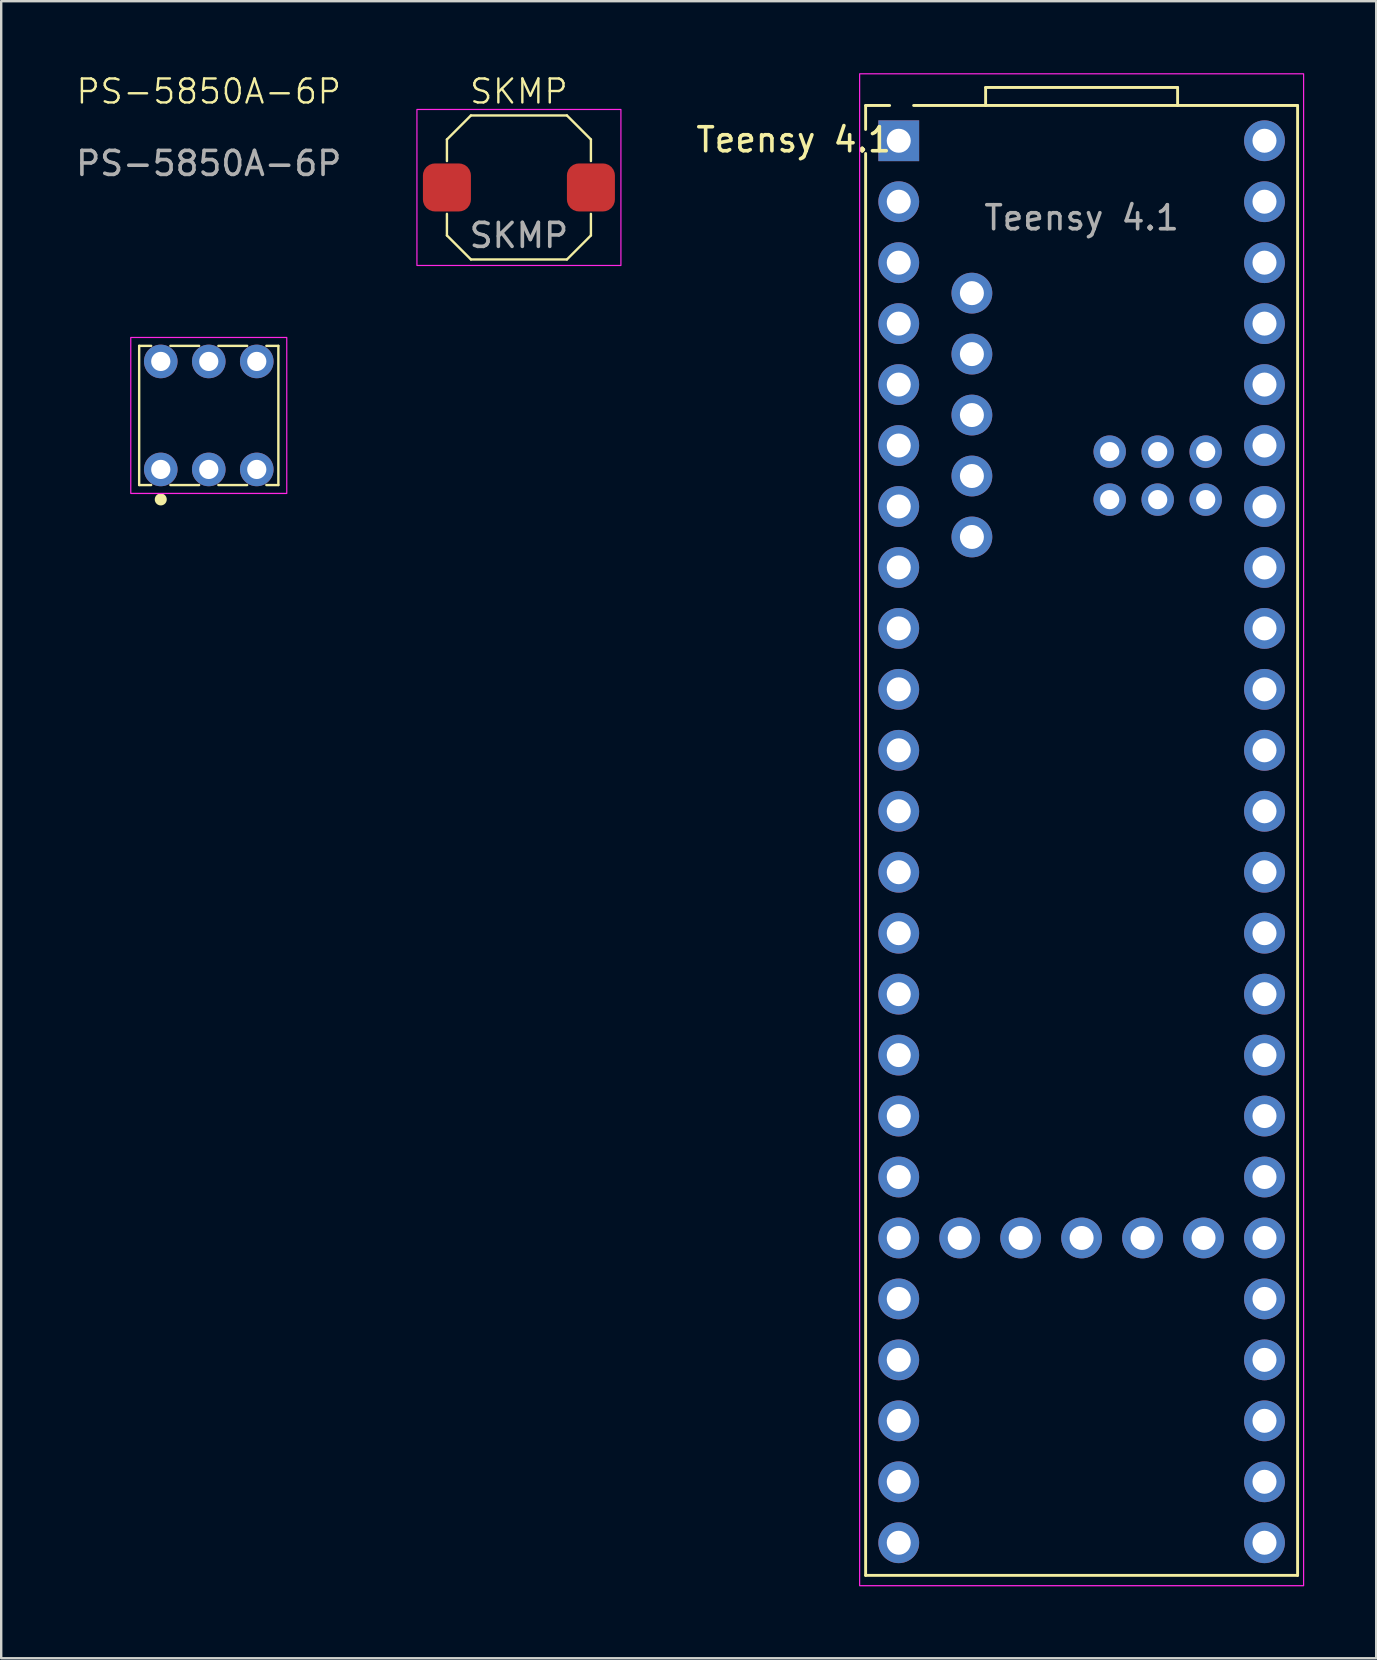
<source format=kicad_pcb>
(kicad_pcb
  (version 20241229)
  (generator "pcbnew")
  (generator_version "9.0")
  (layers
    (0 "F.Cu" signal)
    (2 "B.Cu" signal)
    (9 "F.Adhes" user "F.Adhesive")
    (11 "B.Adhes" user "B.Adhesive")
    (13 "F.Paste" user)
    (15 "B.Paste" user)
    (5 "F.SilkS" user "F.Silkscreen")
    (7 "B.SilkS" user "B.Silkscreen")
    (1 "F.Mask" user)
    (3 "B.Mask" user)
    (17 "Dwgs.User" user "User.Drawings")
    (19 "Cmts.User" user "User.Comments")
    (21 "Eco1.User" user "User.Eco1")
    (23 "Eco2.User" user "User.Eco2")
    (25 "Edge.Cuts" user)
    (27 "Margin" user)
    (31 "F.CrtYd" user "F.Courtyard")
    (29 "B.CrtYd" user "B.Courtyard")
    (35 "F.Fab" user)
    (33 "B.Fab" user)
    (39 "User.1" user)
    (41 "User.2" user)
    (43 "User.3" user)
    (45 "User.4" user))
  (footprint "SKMP"
    (layer "F.Cu")
    (at 18.573 4.761)
    (property "Reference" "SKMP" (at 0 -4 0) (unlocked yes) (layer "F.SilkS") (effects (font (size 1 1) (thickness 0.1))))
    (attr smd)
    (fp_line (start -3 -1.1) (end -3 -2) (stroke (width 0.1) (type default)) (layer "F.SilkS"))
    (fp_line (start -3 2) (end -3 1.1) (stroke (width 0.1) (type default)) (layer "F.SilkS"))
    (fp_line (start -3 2) (end -2 3) (stroke (width 0.1) (type default)) (layer "F.SilkS"))
    (fp_line (start -2 -3) (end -3 -2) (stroke (width 0.1) (type default)) (layer "F.SilkS"))
    (fp_line (start -2 -3) (end 2 -3) (stroke (width 0.1) (type default)) (layer "F.SilkS"))
    (fp_line (start 2 3) (end -2 3) (stroke (width 0.1) (type default)) (layer "F.SilkS"))
    (fp_line (start 2 3) (end 3 2) (stroke (width 0.1) (type default)) (layer "F.SilkS"))
    (fp_line (start 3 -2) (end 2 -3) (stroke (width 0.1) (type default)) (layer "F.SilkS"))
    (fp_line (start 3 -2) (end 3 -1.1) (stroke (width 0.1) (type default)) (layer "F.SilkS"))
    (fp_line (start 3 1.1) (end 3 2) (stroke (width 0.1) (type default)) (layer "F.SilkS"))
    (fp_rect (start -4.25 -3.25) (end 4.25 3.25) (stroke (width 0.05) (type default)) (fill no) (layer "F.CrtYd"))
    (fp_text user "${REFERENCE}" (at 0 2 0) (unlocked yes) (layer "F.Fab") (effects (font (size 1 1) (thickness 0.15))))
    (pad "1" smd roundrect (at -3 0) (size 2 2) (layers "F.Cu" "F.Mask" "F.Paste") (roundrect_rratio 0.25))
    (pad "2" smd roundrect (at 3 0) (size 2 2) (layers "F.Cu" "F.Mask" "F.Paste") (roundrect_rratio 0.25)))
  (footprint "PS-5850A-6P"
    (layer "F.Cu")
    (at 5.649 14.261)
    (property "Reference" "PS-5850A-6P" (at 0 -13.5 0) (unlocked yes) (layer "F.SilkS") (effects (font (size 1 1) (thickness 0.1))))
    (attr through_hole)
    (fp_line (start -2.9 2.9) (end -2.9 -2.9) (stroke (width 0.1) (type default)) (layer "F.SilkS"))
    (fp_line (start -2.4 -2.9) (end -2.9 -2.9) (stroke (width 0.1) (type default)) (layer "F.SilkS"))
    (fp_line (start -2.4 2.9) (end -2.9 2.9) (stroke (width 0.1) (type default)) (layer "F.SilkS"))
    (fp_line (start -0.4 -2.9) (end -1.6 -2.9) (stroke (width 0.1) (type default)) (layer "F.SilkS"))
    (fp_line (start -0.4 2.9) (end -1.6 2.9) (stroke (width 0.1) (type default)) (layer "F.SilkS"))
    (fp_line (start 1.6 -2.9) (end 0.4 -2.9) (stroke (width 0.1) (type default)) (layer "F.SilkS"))
    (fp_line (start 1.6 2.9) (end 0.4 2.9) (stroke (width 0.1) (type default)) (layer "F.SilkS"))
    (fp_line (start 2.9 -2.9) (end 2.4 -2.9) (stroke (width 0.1) (type default)) (layer "F.SilkS"))
    (fp_line (start 2.9 -2.9) (end 2.9 2.9) (stroke (width 0.1) (type default)) (layer "F.SilkS"))
    (fp_line (start 2.9 2.9) (end 2.4 2.9) (stroke (width 0.1) (type default)) (layer "F.SilkS"))
    (fp_circle (center -2 3.5) (end -1.8 3.5) (stroke (width 0.1) (type solid)) (fill yes) (layer "F.SilkS"))
    (fp_rect (start -3.25 -3.25) (end 3.25 3.25) (stroke (width 0.05) (type default)) (fill no) (layer "F.CrtYd"))
    (fp_text user "${REFERENCE}" (at 0 -10.5 0) (unlocked yes) (layer "F.Fab") (effects (font (size 1 1) (thickness 0.15))))
    (pad "1" thru_hole circle (at -2 2.25) (size 1.4 1.4) (drill 0.8) (layers "*.Cu" "*.Mask"))
    (pad "2" thru_hole circle (at 0 2.25) (size 1.4 1.4) (drill 0.8) (layers "*.Cu" "*.Mask"))
    (pad "3" thru_hole circle (at 2 2.25) (size 1.4 1.4) (drill 0.8) (layers "*.Cu" "*.Mask"))
    (pad "4" thru_hole circle (at -2 -2.25) (size 1.4 1.4) (drill 0.8) (layers "*.Cu" "*.Mask"))
    (pad "5" thru_hole circle (at 0 -2.25) (size 1.4 1.4) (drill 0.8) (layers "*.Cu" "*.Mask"))
    (pad "6" thru_hole circle (at 2 -2.25) (size 1.4 1.4) (drill 0.8) (layers "*.Cu" "*.Mask")))
  (footprint "Teensy 4.1"
    (layer "F.Cu")
    (at 42.02 32.025)
    (property "Reference" "Teensy 4.1" (at -12 -29.25 0) (unlocked yes) (layer "F.SilkS") (effects (font (size 1 1) (thickness 0.15))))
    (attr through_hole)
    (fp_line (start -9 -30.68) (end -9 -29.68) (stroke (width 0.12) (type default)) (layer "F.SilkS"))
    (fp_line (start -9 -30.68) (end -8 -30.68) (stroke (width 0.12) (type default)) (layer "F.SilkS"))
    (fp_line (start -9 -28.68) (end -9 30.57) (stroke (width 0.12) (type default)) (layer "F.SilkS"))
    (fp_line (start -9 30.57) (end 9 30.57) (stroke (width 0.12) (type default)) (layer "F.SilkS"))
    (fp_line (start -4 -31.43) (end -4 -30.68) (stroke (width 0.12) (type default)) (layer "F.SilkS"))
    (fp_line (start 4 -31.43) (end -4 -31.43) (stroke (width 0.12) (type default)) (layer "F.SilkS"))
    (fp_line (start 4 -31.43) (end 4 -30.68) (stroke (width 0.12) (type default)) (layer "F.SilkS"))
    (fp_line (start 9 -30.68) (end -7 -30.68) (stroke (width 0.12) (type default)) (layer "F.SilkS"))
    (fp_line (start 9 30.57) (end 9 -30.68) (stroke (width 0.12) (type default)) (layer "F.SilkS"))
    (fp_rect (start -9.25 -32) (end 9.25 31) (stroke (width 0.05) (type default)) (fill no) (layer "F.CrtYd"))
    (fp_text user "${REFERENCE}" (at 0 -26 0) (unlocked yes) (layer "F.Fab") (effects (font (size 1 1) (thickness 0.15))))
    (pad "1" thru_hole rect (at -7.62 -29.21) (size 1.7 1.7) (drill 1) (layers "*.Cu" "*.Mask"))
    (pad "2" thru_hole oval (at -7.62 -26.67) (size 1.7 1.7) (drill 1) (layers "*.Cu" "*.Mask"))
    (pad "3" thru_hole oval (at -7.62 -24.13) (size 1.7 1.7) (drill 1) (layers "*.Cu" "*.Mask"))
    (pad "4" thru_hole oval (at -7.62 -21.59) (size 1.7 1.7) (drill 1) (layers "*.Cu" "*.Mask"))
    (pad "5" thru_hole oval (at -7.62 -19.05) (size 1.7 1.7) (drill 1) (layers "*.Cu" "*.Mask"))
    (pad "6" thru_hole oval (at -7.62 -16.51) (size 1.7 1.7) (drill 1) (layers "*.Cu" "*.Mask"))
    (pad "7" thru_hole oval (at -7.62 -13.97) (size 1.7 1.7) (drill 1) (layers "*.Cu" "*.Mask"))
    (pad "8" thru_hole oval (at -7.62 -11.43) (size 1.7 1.7) (drill 1) (layers "*.Cu" "*.Mask"))
    (pad "9" thru_hole oval (at -7.62 -8.89) (size 1.7 1.7) (drill 1) (layers "*.Cu" "*.Mask"))
    (pad "10" thru_hole oval (at -7.62 -6.35) (size 1.7 1.7) (drill 1) (layers "*.Cu" "*.Mask"))
    (pad "11" thru_hole oval (at -7.62 -3.81) (size 1.7 1.7) (drill 1) (layers "*.Cu" "*.Mask"))
    (pad "12" thru_hole oval (at -7.62 -1.27) (size 1.7 1.7) (drill 1) (layers "*.Cu" "*.Mask"))
    (pad "13" thru_hole oval (at -7.62 1.27) (size 1.7 1.7) (drill 1) (layers "*.Cu" "*.Mask"))
    (pad "14" thru_hole oval (at -7.62 3.81) (size 1.7 1.7) (drill 1) (layers "*.Cu" "*.Mask"))
    (pad "15" thru_hole oval (at -7.62 6.35) (size 1.7 1.7) (drill 1) (layers "*.Cu" "*.Mask"))
    (pad "16" thru_hole oval (at -7.62 8.89) (size 1.7 1.7) (drill 1) (layers "*.Cu" "*.Mask"))
    (pad "17" thru_hole oval (at -7.62 11.43) (size 1.7 1.7) (drill 1) (layers "*.Cu" "*.Mask"))
    (pad "18" thru_hole oval (at -7.62 13.97) (size 1.7 1.7) (drill 1) (layers "*.Cu" "*.Mask"))
    (pad "19" thru_hole oval (at -7.62 16.51) (size 1.7 1.7) (drill 1) (layers "*.Cu" "*.Mask"))
    (pad "20" thru_hole oval (at -7.62 19.05) (size 1.7 1.7) (drill 1) (layers "*.Cu" "*.Mask"))
    (pad "21" thru_hole oval (at -7.62 21.59) (size 1.7 1.7) (drill 1) (layers "*.Cu" "*.Mask"))
    (pad "22" thru_hole oval (at -7.62 24.13) (size 1.7 1.7) (drill 1) (layers "*.Cu" "*.Mask"))
    (pad "23" thru_hole oval (at -7.62 26.67) (size 1.7 1.7) (drill 1) (layers "*.Cu" "*.Mask"))
    (pad "24" thru_hole oval (at -7.62 29.21) (size 1.7 1.7) (drill 1) (layers "*.Cu" "*.Mask"))
    (pad "25" thru_hole circle (at 7.62 29.21 180) (size 1.7 1.7) (drill 1) (layers "*.Cu" "*.Mask"))
    (pad "26" thru_hole oval (at 7.62 26.67 180) (size 1.7 1.7) (drill 1) (layers "*.Cu" "*.Mask"))
    (pad "27" thru_hole oval (at 7.62 24.13 180) (size 1.7 1.7) (drill 1) (layers "*.Cu" "*.Mask"))
    (pad "28" thru_hole oval (at 7.62 21.59 180) (size 1.7 1.7) (drill 1) (layers "*.Cu" "*.Mask"))
    (pad "29" thru_hole oval (at 7.62 19.05 180) (size 1.7 1.7) (drill 1) (layers "*.Cu" "*.Mask"))
    (pad "30" thru_hole oval (at 7.62 16.51 180) (size 1.7 1.7) (drill 1) (layers "*.Cu" "*.Mask"))
    (pad "31" thru_hole oval (at 7.62 13.97 180) (size 1.7 1.7) (drill 1) (layers "*.Cu" "*.Mask"))
    (pad "32" thru_hole oval (at 7.62 11.43 180) (size 1.7 1.7) (drill 1) (layers "*.Cu" "*.Mask"))
    (pad "33" thru_hole oval (at 7.62 8.89 180) (size 1.7 1.7) (drill 1) (layers "*.Cu" "*.Mask"))
    (pad "34" thru_hole oval (at 7.62 6.35 180) (size 1.7 1.7) (drill 1) (layers "*.Cu" "*.Mask"))
    (pad "35" thru_hole oval (at 7.62 3.81 180) (size 1.7 1.7) (drill 1) (layers "*.Cu" "*.Mask"))
    (pad "36" thru_hole oval (at 7.62 1.27 180) (size 1.7 1.7) (drill 1) (layers "*.Cu" "*.Mask"))
    (pad "37" thru_hole oval (at 7.62 -1.27 180) (size 1.7 1.7) (drill 1) (layers "*.Cu" "*.Mask"))
    (pad "38" thru_hole oval (at 7.62 -3.81 180) (size 1.7 1.7) (drill 1) (layers "*.Cu" "*.Mask"))
    (pad "39" thru_hole oval (at 7.62 -6.35 180) (size 1.7 1.7) (drill 1) (layers "*.Cu" "*.Mask"))
    (pad "40" thru_hole oval (at 7.62 -8.89 180) (size 1.7 1.7) (drill 1) (layers "*.Cu" "*.Mask"))
    (pad "41" thru_hole oval (at 7.62 -11.43 180) (size 1.7 1.7) (drill 1) (layers "*.Cu" "*.Mask"))
    (pad "42" thru_hole oval (at 7.62 -13.97 180) (size 1.7 1.7) (drill 1) (layers "*.Cu" "*.Mask"))
    (pad "43" thru_hole oval (at 7.62 -16.51 180) (size 1.7 1.7) (drill 1) (layers "*.Cu" "*.Mask"))
    (pad "44" thru_hole oval (at 7.62 -19.05 180) (size 1.7 1.7) (drill 1) (layers "*.Cu" "*.Mask"))
    (pad "45" thru_hole oval (at 7.62 -21.59 180) (size 1.7 1.7) (drill 1) (layers "*.Cu" "*.Mask"))
    (pad "46" thru_hole oval (at 7.62 -24.13 180) (size 1.7 1.7) (drill 1) (layers "*.Cu" "*.Mask"))
    (pad "47" thru_hole oval (at 7.62 -26.67 180) (size 1.7 1.7) (drill 1) (layers "*.Cu" "*.Mask"))
    (pad "48" thru_hole oval (at 7.62 -29.21 180) (size 1.7 1.7) (drill 1) (layers "*.Cu" "*.Mask"))
    (pad "49" thru_hole circle (at -4.572 -22.86) (size 1.7 1.7) (drill 1) (layers "*.Cu" "*.Mask"))
    (pad "50" thru_hole oval (at -4.572 -20.32) (size 1.7 1.7) (drill 1) (layers "*.Cu" "*.Mask"))
    (pad "51" thru_hole oval (at -4.572 -17.78) (size 1.7 1.7) (drill 1) (layers "*.Cu" "*.Mask"))
    (pad "52" thru_hole oval (at -4.572 -15.24) (size 1.7 1.7) (drill 1) (layers "*.Cu" "*.Mask"))
    (pad "53" thru_hole oval (at -4.572 -12.7) (size 1.7 1.7) (drill 1) (layers "*.Cu" "*.Mask"))
    (pad "54" thru_hole circle (at -5.08 16.51 90) (size 1.7 1.7) (drill 1) (layers "*.Cu" "*.Mask"))
    (pad "55" thru_hole oval (at -2.54 16.51 90) (size 1.7 1.7) (drill 1) (layers "*.Cu" "*.Mask"))
    (pad "56" thru_hole oval (at 0 16.51 90) (size 1.7 1.7) (drill 1) (layers "*.Cu" "*.Mask"))
    (pad "57" thru_hole oval (at 2.54 16.51 90) (size 1.7 1.7) (drill 1) (layers "*.Cu" "*.Mask"))
    (pad "58" thru_hole oval (at 5.08 16.51 90) (size 1.7 1.7) (drill 1) (layers "*.Cu" "*.Mask"))
    (pad "59" thru_hole oval (at 5.17 -16.256 90) (size 1.35 1.35) (drill 0.8) (layers "*.Cu" "*.Mask"))
    (pad "60" thru_hole oval (at 3.17 -16.256 90) (size 1.35 1.35) (drill 0.8) (layers "*.Cu" "*.Mask"))
    (pad "61" thru_hole oval (at 1.17 -16.256 90) (size 1.35 1.35) (drill 0.8) (layers "*.Cu" "*.Mask"))
    (pad "62" thru_hole circle (at 1.17 -14.256 90) (size 1.35 1.35) (drill 0.8) (layers "*.Cu" "*.Mask"))
    (pad "63" thru_hole oval (at 3.17 -14.256 90) (size 1.35 1.35) (drill 0.8) (layers "*.Cu" "*.Mask"))
    (pad "64" thru_hole oval (at 5.17 -14.256 90) (size 1.35 1.35) (drill 0.8) (layers "*.Cu" "*.Mask")))
  (gr_rect
    (start -3 -3)
    (end 54.295 66.05)
    (stroke (width 0.1) (type default))
    (fill no)
    (layer "Edge.Cuts")))
</source>
